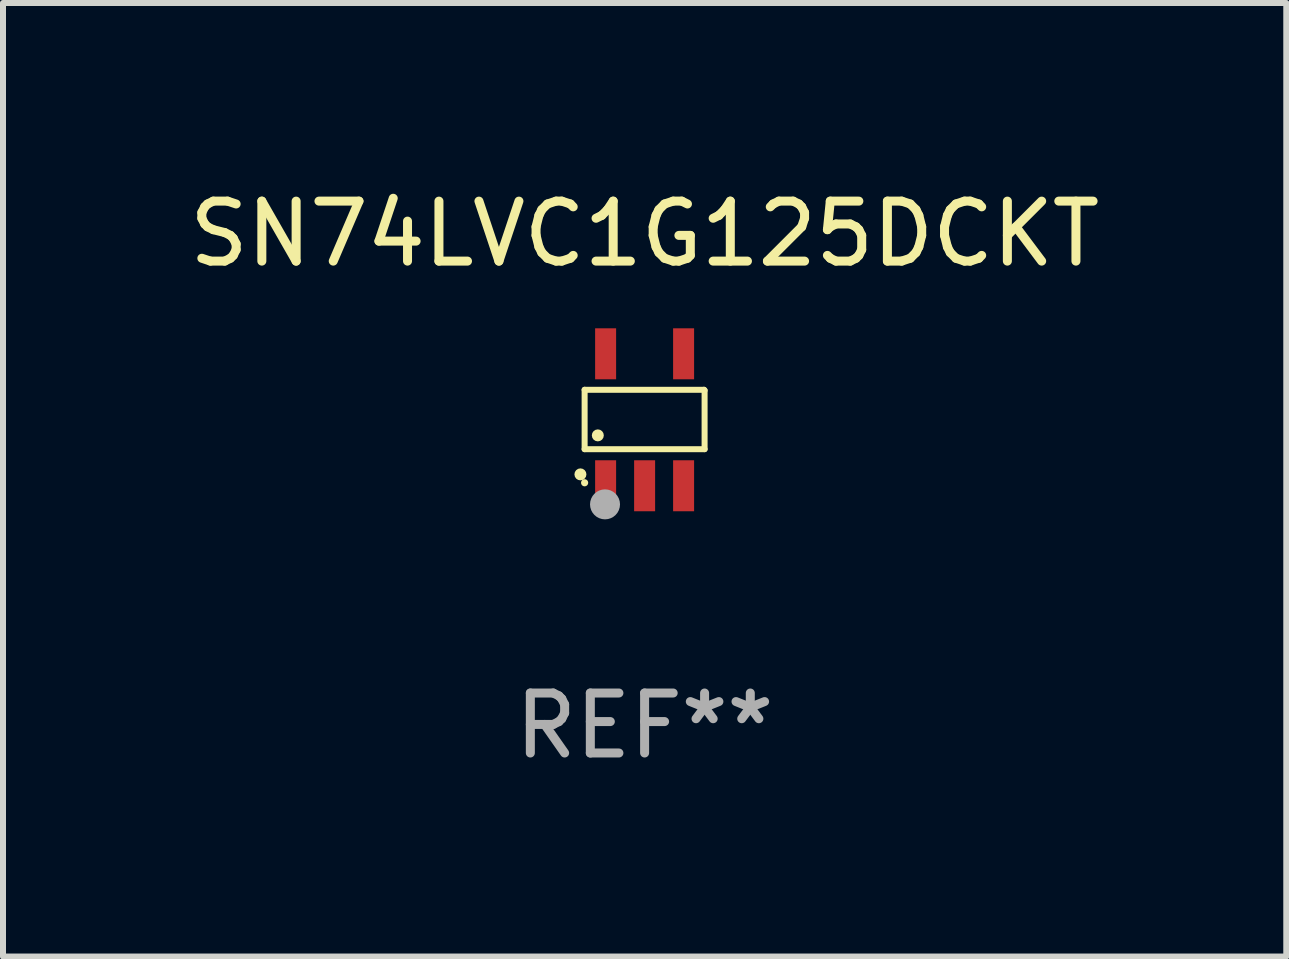
<source format=kicad_pcb>
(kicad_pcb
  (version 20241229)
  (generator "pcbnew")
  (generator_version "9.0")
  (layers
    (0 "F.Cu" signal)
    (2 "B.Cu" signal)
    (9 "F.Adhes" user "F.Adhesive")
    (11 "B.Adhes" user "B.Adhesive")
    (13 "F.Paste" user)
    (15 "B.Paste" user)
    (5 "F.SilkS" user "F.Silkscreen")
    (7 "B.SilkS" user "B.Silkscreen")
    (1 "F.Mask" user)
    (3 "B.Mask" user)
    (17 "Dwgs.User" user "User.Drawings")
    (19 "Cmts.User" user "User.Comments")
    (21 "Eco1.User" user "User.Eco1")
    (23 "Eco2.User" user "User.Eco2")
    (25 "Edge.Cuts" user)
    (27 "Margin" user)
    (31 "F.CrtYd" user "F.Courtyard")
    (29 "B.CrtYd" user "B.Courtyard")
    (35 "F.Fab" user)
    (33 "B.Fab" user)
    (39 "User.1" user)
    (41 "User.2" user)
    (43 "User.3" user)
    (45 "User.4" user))
  (footprint "SN74LVC1G125DCKT"
    (layer "F.Cu")
    (at 7.696 3.948)
    (property "Reference" "SN74LVC1G125DCKT" (at 0 -3.1 0) (layer "F.SilkS") (effects (font (size 1 1) (thickness 0.15))))
    (attr through_hole)
    (fp_line (start -1 -0.5) (end -1 0.49) (stroke (width 0.1) (type solid)) (layer "F.SilkS"))
    (fp_line (start -1 0.49) (end 1 0.49) (stroke (width 0.1) (type solid)) (layer "F.SilkS"))
    (fp_line (start 0.99 -0.5) (end -1 -0.5) (stroke (width 0.1) (type solid)) (layer "F.SilkS"))
    (fp_line (start 1 -0.49) (end 0.99 -0.5) (stroke (width 0.1) (type solid)) (layer "F.SilkS"))
    (fp_line (start 1 0.49) (end 1 -0.49) (stroke (width 0.1) (type solid)) (layer "F.SilkS"))
    (fp_circle (center -1.07 0.91) (end -1.02 0.91) (stroke (width 0.1) (type solid)) (fill no) (layer "F.SilkS"))
    (fp_circle (center -1 1.05) (end -0.97 1.05) (stroke (width 0.06) (type solid)) (fill no) (layer "F.SilkS"))
    (fp_circle (center -0.78 0.26) (end -0.73 0.26) (stroke (width 0.1) (type solid)) (fill no) (layer "F.SilkS"))
    (fp_circle (center -0.66 1.41) (end -0.535 1.41) (stroke (width 0.25) (type solid)) (fill no) (layer "F.Fab"))
    (fp_text user "REF**" (at 0 5.1 0) (layer "F.Fab") (effects (font (size 1 1) (thickness 0.15))))
    (pad "1" smd rect (at -0.65 1.1) (size 0.35 0.85) (layers "F.Cu" "F.Mask" "F.Paste"))
    (pad "2" smd rect (at 0.000051 1.1) (size 0.35 0.85) (layers "F.Cu" "F.Mask" "F.Paste"))
    (pad "3" smd rect (at 0.65 1.1) (size 0.35 0.85) (layers "F.Cu" "F.Mask" "F.Paste"))
    (pad "4" smd rect (at 0.65 -1.1) (size 0.35 0.85) (layers "F.Cu" "F.Mask" "F.Paste"))
    (pad "5" smd rect (at -0.65 -1.1) (size 0.35 0.85) (layers "F.Cu" "F.Mask" "F.Paste")))
  (gr_rect
    (start -3 -3)
    (end 18.393 12.896)
    (stroke (width 0.1) (type default))
    (fill no)
    (layer "Edge.Cuts")))
</source>
